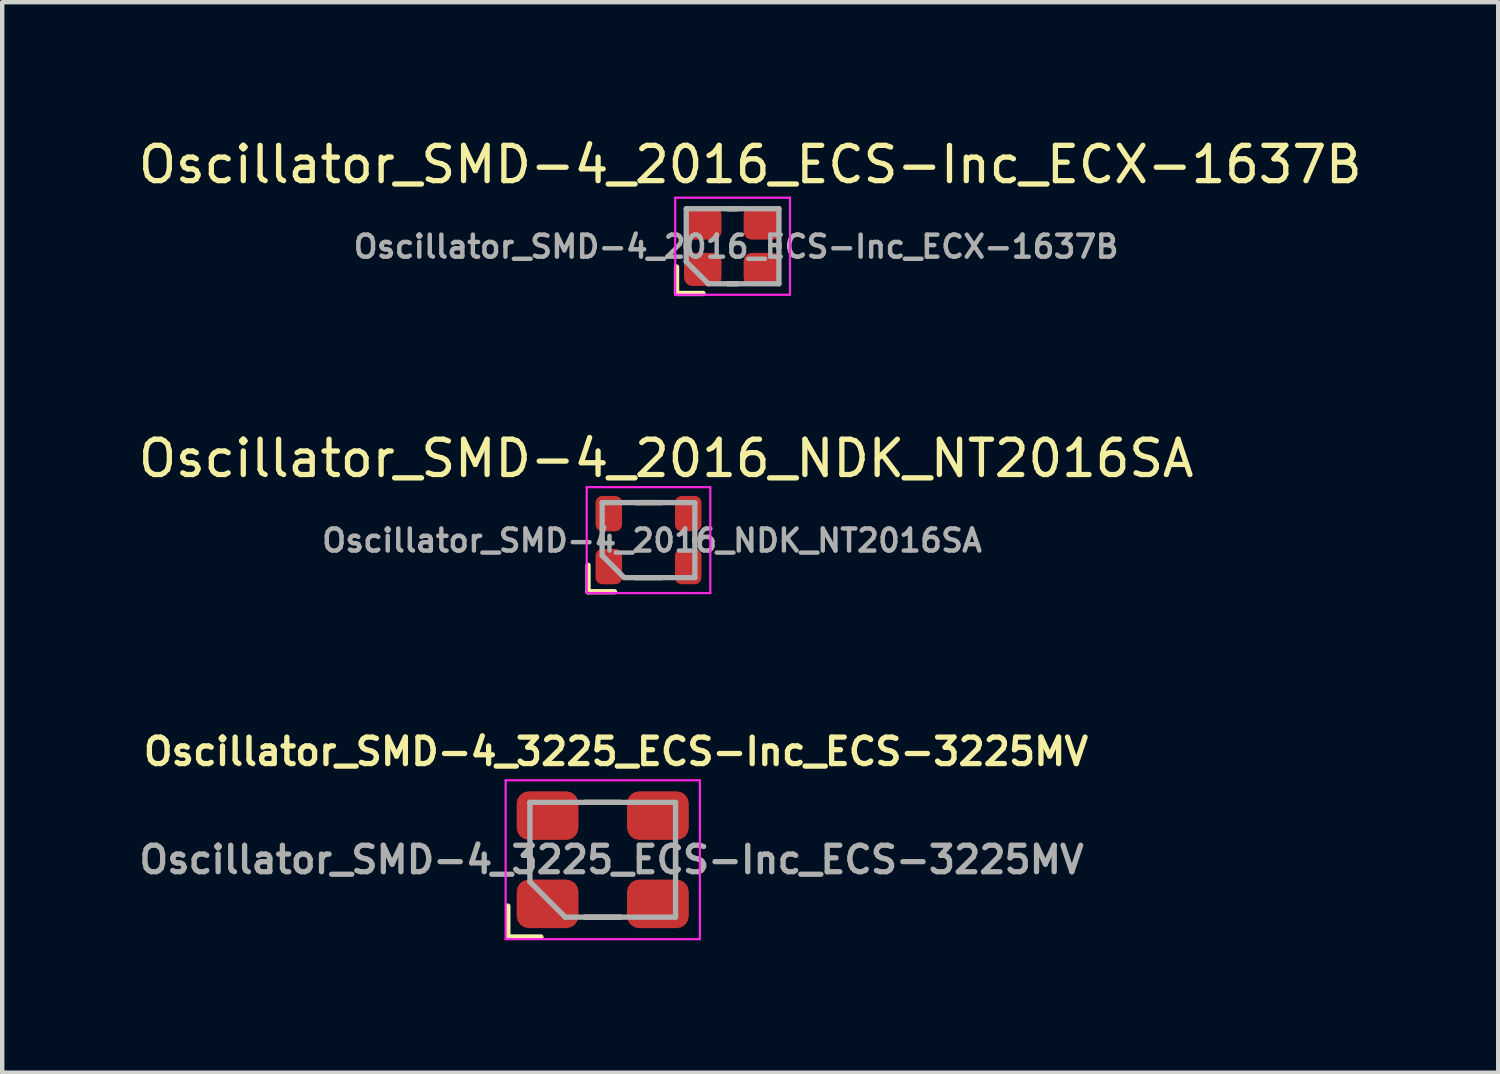
<source format=kicad_pcb>
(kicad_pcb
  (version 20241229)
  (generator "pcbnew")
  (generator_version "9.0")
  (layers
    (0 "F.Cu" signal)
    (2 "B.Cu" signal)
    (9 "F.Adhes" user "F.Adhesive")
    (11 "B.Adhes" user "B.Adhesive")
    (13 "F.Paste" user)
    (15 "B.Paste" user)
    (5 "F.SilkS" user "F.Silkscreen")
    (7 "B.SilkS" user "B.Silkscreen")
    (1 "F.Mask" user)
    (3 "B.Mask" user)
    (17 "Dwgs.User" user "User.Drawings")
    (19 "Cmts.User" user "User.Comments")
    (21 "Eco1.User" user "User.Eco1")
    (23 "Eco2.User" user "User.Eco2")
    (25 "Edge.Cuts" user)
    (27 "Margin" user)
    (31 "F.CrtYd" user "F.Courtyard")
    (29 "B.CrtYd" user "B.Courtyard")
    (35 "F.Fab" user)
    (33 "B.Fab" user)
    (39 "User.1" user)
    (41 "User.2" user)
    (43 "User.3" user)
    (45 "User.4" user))
  (footprint "Oscillator_SMD-4_2016_NDK_NT2016SA"
    (layer "F.Cu")
    (at 11.643 9.187)
    (property "Reference" "Oscillator_SMD-4_2016_NDK_NT2016SA" (at 0.4 -1.85 0) (unlocked yes) (layer "F.SilkS") (effects (font (size 0.8 0.8) (thickness 0.12))))
    (attr smd)
    (fp_line (start -1.37 0.57) (end -1.37 1.17) (stroke (width 0.12) (type solid)) (layer "F.SilkS"))
    (fp_line (start -1.05 0.04) (end -1.05 -0.04) (stroke (width 0.12) (type solid)) (layer "F.SilkS"))
    (fp_line (start -0.77 1.17) (end -1.37 1.17) (stroke (width 0.12) (type solid)) (layer "F.SilkS"))
    (fp_line (start -0.3 -0.85) (end 0.3 -0.85) (stroke (width 0.12) (type solid)) (layer "F.SilkS"))
    (fp_line (start -0.3 0.85) (end 0.3 0.85) (stroke (width 0.12) (type solid)) (layer "F.SilkS"))
    (fp_line (start 1.05 0.03) (end 1.05 -0.05) (stroke (width 0.12) (type solid)) (layer "F.SilkS"))
    (fp_line (start -1.4 -1.2) (end 1.4 -1.2) (stroke (width 0.05) (type solid)) (layer "F.CrtYd"))
    (fp_line (start -1.4 1.2) (end -1.4 -1.2) (stroke (width 0.05) (type solid)) (layer "F.CrtYd"))
    (fp_line (start 1.4 -1.2) (end 1.4 1.2) (stroke (width 0.05) (type solid)) (layer "F.CrtYd"))
    (fp_line (start 1.4 1.2) (end -1.4 1.2) (stroke (width 0.05) (type solid)) (layer "F.CrtYd"))
    (fp_line (start -1.05 -0.85) (end 1.05 -0.85) (stroke (width 0.12) (type solid)) (layer "F.Fab"))
    (fp_line (start -1.05 0.35) (end -1.05 -0.85) (stroke (width 0.12) (type solid)) (layer "F.Fab"))
    (fp_line (start -0.55 0.85) (end -1.05 0.35) (stroke (width 0.12) (type solid)) (layer "F.Fab"))
    (fp_line (start 1.05 -0.85) (end 1.05 0.85) (stroke (width 0.12) (type solid)) (layer "F.Fab"))
    (fp_line (start 1.05 0.85) (end -0.55 0.85) (stroke (width 0.12) (type solid)) (layer "F.Fab"))
    (fp_text user "${REFERENCE}" (at 0.08 0.01 0) (layer "F.Fab") (effects (font (size 0.5 0.5) (thickness 0.1))))
    (pad "1" smd roundrect (at -0.9 0.6) (size 0.6 0.8) (layers "F.Cu" "F.Mask" "F.Paste") (roundrect_rratio 0.25))
    (pad "2" smd roundrect (at 0.9 0.6) (size 0.6 0.8) (layers "F.Cu" "F.Mask" "F.Paste") (roundrect_rratio 0.25))
    (pad "3" smd roundrect (at 0.9 -0.6) (size 0.6 0.8) (layers "F.Cu" "F.Mask" "F.Paste") (roundrect_rratio 0.25))
    (pad "4" smd roundrect (at -0.9 -0.6) (size 0.6 0.8) (layers "F.Cu" "F.Mask" "F.Paste") (roundrect_rratio 0.25)))
  (footprint "Oscillator_SMD-4_3225_ECS-Inc_ECS-3225MV"
    (layer "F.Cu")
    (at 10.606 16.429)
    (property "Reference" "Oscillator_SMD-4_3225_ECS-Inc_ECS-3225MV" (at 0.3 -2.45 0) (unlocked yes) (layer "F.SilkS") (effects (font (size 0.6 0.6) (thickness 0.12))))
    (attr smd)
    (fp_line (start -2.15 1.05) (end -2.15 1.75) (stroke (width 0.12) (type solid)) (layer "F.SilkS"))
    (fp_line (start -2.15 1.75) (end -1.4 1.75) (stroke (width 0.12) (type solid)) (layer "F.SilkS"))
    (fp_line (start -1.65 0.25) (end -1.65 -0.2) (stroke (width 0.12) (type solid)) (layer "F.SilkS"))
    (fp_line (start -0.4 -1.3) (end 0.4 -1.3) (stroke (width 0.12) (type solid)) (layer "F.SilkS"))
    (fp_line (start -0.4 1.3) (end 0.4 1.3) (stroke (width 0.12) (type solid)) (layer "F.SilkS"))
    (fp_line (start 1.65 -0.2) (end 1.65 0.2) (stroke (width 0.12) (type solid)) (layer "F.SilkS"))
    (fp_line (start -2.2 -1.8) (end 2.2 -1.8) (stroke (width 0.05) (type solid)) (layer "F.CrtYd"))
    (fp_line (start -2.2 1.8) (end -2.2 -1.8) (stroke (width 0.05) (type solid)) (layer "F.CrtYd"))
    (fp_line (start 2.2 -1.8) (end 2.2 1.8) (stroke (width 0.05) (type solid)) (layer "F.CrtYd"))
    (fp_line (start 2.2 1.8) (end -2.2 1.8) (stroke (width 0.05) (type solid)) (layer "F.CrtYd"))
    (fp_line (start -1.65 -1.3) (end -1.65 0.5) (stroke (width 0.12) (type solid)) (layer "F.Fab"))
    (fp_line (start -1.65 0.5) (end -0.85 1.3) (stroke (width 0.12) (type solid)) (layer "F.Fab"))
    (fp_line (start -0.85 1.3) (end 1.65 1.3) (stroke (width 0.12) (type solid)) (layer "F.Fab"))
    (fp_line (start 1.65 -1.3) (end -1.65 -1.3) (stroke (width 0.12) (type solid)) (layer "F.Fab"))
    (fp_line (start 1.65 1.3) (end 1.65 -1.3) (stroke (width 0.12) (type solid)) (layer "F.Fab"))
    (fp_text user "${REFERENCE}" (at 0.2 0 0) (layer "F.Fab") (effects (font (size 0.6 0.6) (thickness 0.12))))
    (pad "1" smd roundrect (at -1.25 1) (size 1.4 1.1) (layers "F.Cu" "F.Mask" "F.Paste") (roundrect_rratio 0.25))
    (pad "2" smd roundrect (at 1.25 1) (size 1.4 1.1) (layers "F.Cu" "F.Mask" "F.Paste") (roundrect_rratio 0.25))
    (pad "3" smd roundrect (at 1.25 -1) (size 1.4 1.1) (layers "F.Cu" "F.Mask" "F.Paste") (roundrect_rratio 0.25))
    (pad "4" smd roundrect (at -1.25 -1) (size 1.4 1.1) (layers "F.Cu" "F.Mask" "F.Paste") (roundrect_rratio 0.25)))
  (footprint "Oscillator_SMD-4_2016_ECS-Inc_ECX-1637B"
    (layer "F.Cu")
    (at 13.548 2.529)
    (property "Reference" "Oscillator_SMD-4_2016_ECS-Inc_ECX-1637B" (at 0.4 -1.85 0) (unlocked yes) (layer "F.SilkS") (effects (font (size 0.8 0.8) (thickness 0.12))))
    (attr smd)
    (fp_line (start -1.27 0.47) (end -1.27 1.07) (stroke (width 0.12) (type solid)) (layer "F.SilkS"))
    (fp_line (start -1.05 0.04) (end -1.05 -0.04) (stroke (width 0.12) (type solid)) (layer "F.SilkS"))
    (fp_line (start -0.67 1.07) (end -1.27 1.07) (stroke (width 0.12) (type solid)) (layer "F.SilkS"))
    (fp_line (start -0.11 -0.85) (end 0.11 -0.85) (stroke (width 0.12) (type solid)) (layer "F.SilkS"))
    (fp_line (start -0.11 0.85) (end 0.11 0.85) (stroke (width 0.12) (type solid)) (layer "F.SilkS"))
    (fp_line (start 1.05 0.03) (end 1.05 -0.05) (stroke (width 0.12) (type solid)) (layer "F.SilkS"))
    (fp_line (start -1.3 -1.1) (end 1.3 -1.1) (stroke (width 0.05) (type solid)) (layer "F.CrtYd"))
    (fp_line (start -1.3 1.1) (end -1.3 -1.1) (stroke (width 0.05) (type solid)) (layer "F.CrtYd"))
    (fp_line (start 1.3 -1.1) (end 1.3 1.1) (stroke (width 0.05) (type solid)) (layer "F.CrtYd"))
    (fp_line (start 1.3 1.1) (end -1.3 1.1) (stroke (width 0.05) (type solid)) (layer "F.CrtYd"))
    (fp_line (start -1.05 -0.85) (end 1.05 -0.85) (stroke (width 0.12) (type solid)) (layer "F.Fab"))
    (fp_line (start -1.05 0.35) (end -1.05 -0.85) (stroke (width 0.12) (type solid)) (layer "F.Fab"))
    (fp_line (start -0.55 0.85) (end -1.05 0.35) (stroke (width 0.12) (type solid)) (layer "F.Fab"))
    (fp_line (start 1.05 -0.85) (end 1.05 0.85) (stroke (width 0.12) (type solid)) (layer "F.Fab"))
    (fp_line (start 1.05 0.85) (end -0.55 0.85) (stroke (width 0.12) (type solid)) (layer "F.Fab"))
    (fp_text user "${REFERENCE}" (at 0.08 0.01 0) (layer "F.Fab") (effects (font (size 0.5 0.5) (thickness 0.1))))
    (pad "1" smd roundrect (at -0.675 0.525 90) (size 0.75 0.85) (layers "F.Cu" "F.Mask" "F.Paste") (roundrect_rratio 0.25))
    (pad "2" smd roundrect (at 0.675 0.525 90) (size 0.75 0.85) (layers "F.Cu" "F.Mask" "F.Paste") (roundrect_rratio 0.25))
    (pad "3" smd roundrect (at 0.675 -0.525 90) (size 0.75 0.85) (layers "F.Cu" "F.Mask" "F.Paste") (roundrect_rratio 0.25))
    (pad "4" smd roundrect (at -0.675 -0.525 90) (size 0.75 0.85) (layers "F.Cu" "F.Mask" "F.Paste") (roundrect_rratio 0.25)))
  (gr_rect
    (start -3 -3)
    (end 30.895 21.254)
    (stroke (width 0.1) (type default))
    (fill no)
    (layer "Edge.Cuts")))
</source>
